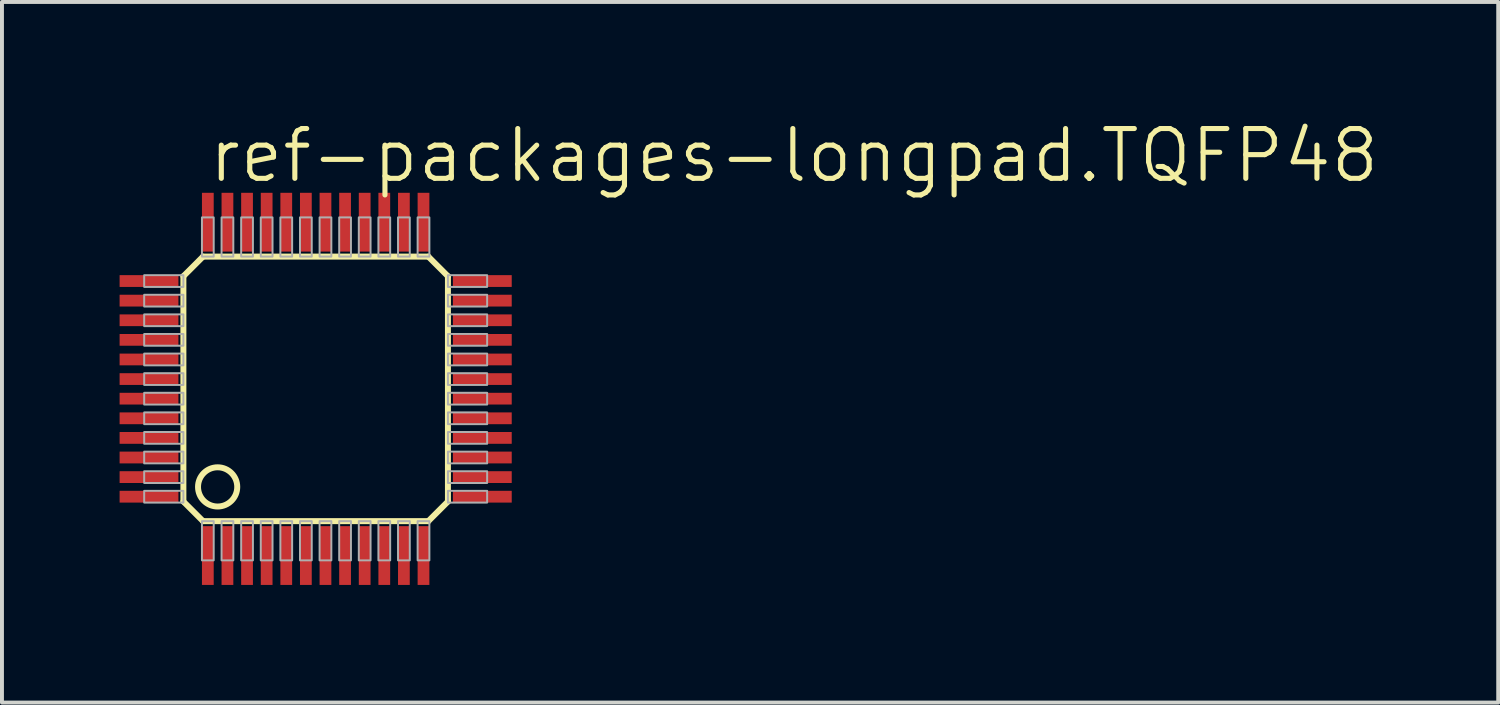
<source format=kicad_pcb>
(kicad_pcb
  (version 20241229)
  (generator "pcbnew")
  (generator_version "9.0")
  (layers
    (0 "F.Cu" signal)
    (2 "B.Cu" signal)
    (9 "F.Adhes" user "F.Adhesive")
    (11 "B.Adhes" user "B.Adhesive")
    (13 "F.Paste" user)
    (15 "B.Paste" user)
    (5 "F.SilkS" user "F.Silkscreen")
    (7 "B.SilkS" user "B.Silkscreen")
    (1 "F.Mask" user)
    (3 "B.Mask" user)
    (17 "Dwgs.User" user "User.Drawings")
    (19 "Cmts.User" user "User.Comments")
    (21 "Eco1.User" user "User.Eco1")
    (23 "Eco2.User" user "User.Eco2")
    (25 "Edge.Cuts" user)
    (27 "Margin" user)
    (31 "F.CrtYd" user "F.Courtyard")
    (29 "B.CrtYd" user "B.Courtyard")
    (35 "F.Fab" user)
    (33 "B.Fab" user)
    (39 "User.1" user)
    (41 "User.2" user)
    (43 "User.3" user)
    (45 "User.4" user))
  (footprint "ref-packages-longpad.TQFP48"
    (layer "F.Cu")
    (at 5 6.867)
    (property "Reference" "ref-packages-longpad.TQFP48" (at -2.794 -5.207 0) (layer "F.SilkS") (effects (font (size 1.27 1.27) (thickness 0.13)) (justify left bottom)))
    (attr smd)
    (fp_line (start -3.373 -2.873) (end -3.373 2.873) (stroke (width 0.152) (type default)) (layer "F.SilkS"))
    (fp_line (start -3.373 2.873) (end -2.873 3.373) (stroke (width 0.152) (type default)) (layer "F.SilkS"))
    (fp_line (start -2.873 -3.373) (end -3.373 -2.873) (stroke (width 0.152) (type default)) (layer "F.SilkS"))
    (fp_line (start -2.873 3.373) (end 2.873 3.373) (stroke (width 0.152) (type default)) (layer "F.SilkS"))
    (fp_line (start 2.873 -3.373) (end -2.873 -3.373) (stroke (width 0.152) (type default)) (layer "F.SilkS"))
    (fp_line (start 2.873 3.373) (end 3.373 2.873) (stroke (width 0.152) (type default)) (layer "F.SilkS"))
    (fp_line (start 3.373 -2.873) (end 2.873 -3.373) (stroke (width 0.152) (type default)) (layer "F.SilkS"))
    (fp_line (start 3.373 2.873) (end 3.373 -2.873) (stroke (width 0.152) (type default)) (layer "F.SilkS"))
    (fp_circle (center -2.5 2.5) (end -2 2.5) (stroke (width 0.152) (type default)) (fill no) (layer "F.SilkS"))
    (fp_rect (start -4.373 -2.6) (end -3.373 -2.9) (stroke (width 0.05) (type default)) (fill no) (layer "F.Fab"))
    (fp_rect (start -4.373 -2.1) (end -3.373 -2.4) (stroke (width 0.05) (type default)) (fill no) (layer "F.Fab"))
    (fp_rect (start -4.373 -1.6) (end -3.373 -1.9) (stroke (width 0.05) (type default)) (fill no) (layer "F.Fab"))
    (fp_rect (start -4.373 -1.1) (end -3.373 -1.4) (stroke (width 0.05) (type default)) (fill no) (layer "F.Fab"))
    (fp_rect (start -4.373 -0.6) (end -3.373 -0.9) (stroke (width 0.05) (type default)) (fill no) (layer "F.Fab"))
    (fp_rect (start -4.373 -0.1) (end -3.373 -0.4) (stroke (width 0.05) (type default)) (fill no) (layer "F.Fab"))
    (fp_rect (start -4.373 0.4) (end -3.373 0.1) (stroke (width 0.05) (type default)) (fill no) (layer "F.Fab"))
    (fp_rect (start -4.373 0.9) (end -3.373 0.6) (stroke (width 0.05) (type default)) (fill no) (layer "F.Fab"))
    (fp_rect (start -4.373 1.4) (end -3.373 1.1) (stroke (width 0.05) (type default)) (fill no) (layer "F.Fab"))
    (fp_rect (start -4.373 1.9) (end -3.373 1.6) (stroke (width 0.05) (type default)) (fill no) (layer "F.Fab"))
    (fp_rect (start -4.373 2.4) (end -3.373 2.1) (stroke (width 0.05) (type default)) (fill no) (layer "F.Fab"))
    (fp_rect (start -4.373 2.9) (end -3.373 2.6) (stroke (width 0.05) (type default)) (fill no) (layer "F.Fab"))
    (fp_rect (start -2.9 -3.373) (end -2.6 -4.373) (stroke (width 0.05) (type default)) (fill no) (layer "F.Fab"))
    (fp_rect (start -2.9 4.373) (end -2.6 3.373) (stroke (width 0.05) (type default)) (fill no) (layer "F.Fab"))
    (fp_rect (start -2.4 -3.373) (end -2.1 -4.373) (stroke (width 0.05) (type default)) (fill no) (layer "F.Fab"))
    (fp_rect (start -2.4 4.373) (end -2.1 3.373) (stroke (width 0.05) (type default)) (fill no) (layer "F.Fab"))
    (fp_rect (start -1.9 -3.373) (end -1.6 -4.373) (stroke (width 0.05) (type default)) (fill no) (layer "F.Fab"))
    (fp_rect (start -1.9 4.373) (end -1.6 3.373) (stroke (width 0.05) (type default)) (fill no) (layer "F.Fab"))
    (fp_rect (start -1.4 -3.373) (end -1.1 -4.373) (stroke (width 0.05) (type default)) (fill no) (layer "F.Fab"))
    (fp_rect (start -1.4 4.373) (end -1.1 3.373) (stroke (width 0.05) (type default)) (fill no) (layer "F.Fab"))
    (fp_rect (start -0.9 -3.373) (end -0.6 -4.373) (stroke (width 0.05) (type default)) (fill no) (layer "F.Fab"))
    (fp_rect (start -0.9 4.373) (end -0.6 3.373) (stroke (width 0.05) (type default)) (fill no) (layer "F.Fab"))
    (fp_rect (start -0.4 -3.373) (end -0.1 -4.373) (stroke (width 0.05) (type default)) (fill no) (layer "F.Fab"))
    (fp_rect (start -0.4 4.373) (end -0.1 3.373) (stroke (width 0.05) (type default)) (fill no) (layer "F.Fab"))
    (fp_rect (start 0.1 -3.373) (end 0.4 -4.373) (stroke (width 0.05) (type default)) (fill no) (layer "F.Fab"))
    (fp_rect (start 0.1 4.373) (end 0.4 3.373) (stroke (width 0.05) (type default)) (fill no) (layer "F.Fab"))
    (fp_rect (start 0.6 -3.373) (end 0.9 -4.373) (stroke (width 0.05) (type default)) (fill no) (layer "F.Fab"))
    (fp_rect (start 0.6 4.373) (end 0.9 3.373) (stroke (width 0.05) (type default)) (fill no) (layer "F.Fab"))
    (fp_rect (start 1.1 -3.373) (end 1.4 -4.373) (stroke (width 0.05) (type default)) (fill no) (layer "F.Fab"))
    (fp_rect (start 1.1 4.373) (end 1.4 3.373) (stroke (width 0.05) (type default)) (fill no) (layer "F.Fab"))
    (fp_rect (start 1.6 -3.373) (end 1.9 -4.373) (stroke (width 0.05) (type default)) (fill no) (layer "F.Fab"))
    (fp_rect (start 1.6 4.373) (end 1.9 3.373) (stroke (width 0.05) (type default)) (fill no) (layer "F.Fab"))
    (fp_rect (start 2.1 -3.373) (end 2.4 -4.373) (stroke (width 0.05) (type default)) (fill no) (layer "F.Fab"))
    (fp_rect (start 2.1 4.373) (end 2.4 3.373) (stroke (width 0.05) (type default)) (fill no) (layer "F.Fab"))
    (fp_rect (start 2.6 -3.373) (end 2.9 -4.373) (stroke (width 0.05) (type default)) (fill no) (layer "F.Fab"))
    (fp_rect (start 2.6 4.373) (end 2.9 3.373) (stroke (width 0.05) (type default)) (fill no) (layer "F.Fab"))
    (fp_rect (start 3.373 -2.6) (end 4.373 -2.9) (stroke (width 0.05) (type default)) (fill no) (layer "F.Fab"))
    (fp_rect (start 3.373 -2.1) (end 4.373 -2.4) (stroke (width 0.05) (type default)) (fill no) (layer "F.Fab"))
    (fp_rect (start 3.373 -1.6) (end 4.373 -1.9) (stroke (width 0.05) (type default)) (fill no) (layer "F.Fab"))
    (fp_rect (start 3.373 -1.1) (end 4.373 -1.4) (stroke (width 0.05) (type default)) (fill no) (layer "F.Fab"))
    (fp_rect (start 3.373 -0.6) (end 4.373 -0.9) (stroke (width 0.05) (type default)) (fill no) (layer "F.Fab"))
    (fp_rect (start 3.373 -0.1) (end 4.373 -0.4) (stroke (width 0.05) (type default)) (fill no) (layer "F.Fab"))
    (fp_rect (start 3.373 0.4) (end 4.373 0.1) (stroke (width 0.05) (type default)) (fill no) (layer "F.Fab"))
    (fp_rect (start 3.373 0.9) (end 4.373 0.6) (stroke (width 0.05) (type default)) (fill no) (layer "F.Fab"))
    (fp_rect (start 3.373 1.4) (end 4.373 1.1) (stroke (width 0.05) (type default)) (fill no) (layer "F.Fab"))
    (fp_rect (start 3.373 1.9) (end 4.373 1.6) (stroke (width 0.05) (type default)) (fill no) (layer "F.Fab"))
    (fp_rect (start 3.373 2.4) (end 4.373 2.1) (stroke (width 0.05) (type default)) (fill no) (layer "F.Fab"))
    (fp_rect (start 3.373 2.9) (end 4.373 2.6) (stroke (width 0.05) (type default)) (fill no) (layer "F.Fab"))
    (pad "1" smd roundrect (at -2.75 4.25) (size 0.3 1.5) (layers "F.Cu" "F.Mask" "F.Paste") (roundrect_rratio 0.01))
    (pad "2" smd roundrect (at -2.25 4.25) (size 0.3 1.5) (layers "F.Cu" "F.Mask" "F.Paste") (roundrect_rratio 0.01))
    (pad "3" smd roundrect (at -1.75 4.25) (size 0.3 1.5) (layers "F.Cu" "F.Mask" "F.Paste") (roundrect_rratio 0.01))
    (pad "4" smd roundrect (at -1.25 4.25) (size 0.3 1.5) (layers "F.Cu" "F.Mask" "F.Paste") (roundrect_rratio 0.01))
    (pad "5" smd roundrect (at -0.75 4.25) (size 0.3 1.5) (layers "F.Cu" "F.Mask" "F.Paste") (roundrect_rratio 0.01))
    (pad "6" smd roundrect (at -0.25 4.25) (size 0.3 1.5) (layers "F.Cu" "F.Mask" "F.Paste") (roundrect_rratio 0.01))
    (pad "7" smd roundrect (at 0.25 4.25) (size 0.3 1.5) (layers "F.Cu" "F.Mask" "F.Paste") (roundrect_rratio 0.01))
    (pad "8" smd roundrect (at 0.75 4.25) (size 0.3 1.5) (layers "F.Cu" "F.Mask" "F.Paste") (roundrect_rratio 0.01))
    (pad "9" smd roundrect (at 1.25 4.25) (size 0.3 1.5) (layers "F.Cu" "F.Mask" "F.Paste") (roundrect_rratio 0.01))
    (pad "10" smd roundrect (at 1.75 4.25) (size 0.3 1.5) (layers "F.Cu" "F.Mask" "F.Paste") (roundrect_rratio 0.01))
    (pad "11" smd roundrect (at 2.25 4.25) (size 0.3 1.5) (layers "F.Cu" "F.Mask" "F.Paste") (roundrect_rratio 0.01))
    (pad "12" smd roundrect (at 2.75 4.25) (size 0.3 1.5) (layers "F.Cu" "F.Mask" "F.Paste") (roundrect_rratio 0.01))
    (pad "13" smd roundrect (at 4.25 2.75) (size 1.5 0.3) (layers "F.Cu" "F.Mask" "F.Paste") (roundrect_rratio 0.01))
    (pad "14" smd roundrect (at 4.25 2.25) (size 1.5 0.3) (layers "F.Cu" "F.Mask" "F.Paste") (roundrect_rratio 0.01))
    (pad "15" smd roundrect (at 4.25 1.75) (size 1.5 0.3) (layers "F.Cu" "F.Mask" "F.Paste") (roundrect_rratio 0.01))
    (pad "16" smd roundrect (at 4.25 1.25) (size 1.5 0.3) (layers "F.Cu" "F.Mask" "F.Paste") (roundrect_rratio 0.01))
    (pad "17" smd roundrect (at 4.25 0.75) (size 1.5 0.3) (layers "F.Cu" "F.Mask" "F.Paste") (roundrect_rratio 0.01))
    (pad "18" smd roundrect (at 4.25 0.25) (size 1.5 0.3) (layers "F.Cu" "F.Mask" "F.Paste") (roundrect_rratio 0.01))
    (pad "19" smd roundrect (at 4.25 -0.25) (size 1.5 0.3) (layers "F.Cu" "F.Mask" "F.Paste") (roundrect_rratio 0.01))
    (pad "20" smd roundrect (at 4.25 -0.75) (size 1.5 0.3) (layers "F.Cu" "F.Mask" "F.Paste") (roundrect_rratio 0.01))
    (pad "21" smd roundrect (at 4.25 -1.25) (size 1.5 0.3) (layers "F.Cu" "F.Mask" "F.Paste") (roundrect_rratio 0.01))
    (pad "22" smd roundrect (at 4.25 -1.75) (size 1.5 0.3) (layers "F.Cu" "F.Mask" "F.Paste") (roundrect_rratio 0.01))
    (pad "23" smd roundrect (at 4.25 -2.25) (size 1.5 0.3) (layers "F.Cu" "F.Mask" "F.Paste") (roundrect_rratio 0.01))
    (pad "24" smd roundrect (at 4.25 -2.75) (size 1.5 0.3) (layers "F.Cu" "F.Mask" "F.Paste") (roundrect_rratio 0.01))
    (pad "25" smd roundrect (at 2.75 -4.25) (size 0.3 1.5) (layers "F.Cu" "F.Mask" "F.Paste") (roundrect_rratio 0.01))
    (pad "26" smd roundrect (at 2.25 -4.25) (size 0.3 1.5) (layers "F.Cu" "F.Mask" "F.Paste") (roundrect_rratio 0.01))
    (pad "27" smd roundrect (at 1.75 -4.25) (size 0.3 1.5) (layers "F.Cu" "F.Mask" "F.Paste") (roundrect_rratio 0.01))
    (pad "28" smd roundrect (at 1.25 -4.25) (size 0.3 1.5) (layers "F.Cu" "F.Mask" "F.Paste") (roundrect_rratio 0.01))
    (pad "29" smd roundrect (at 0.75 -4.25) (size 0.3 1.5) (layers "F.Cu" "F.Mask" "F.Paste") (roundrect_rratio 0.01))
    (pad "30" smd roundrect (at 0.25 -4.25) (size 0.3 1.5) (layers "F.Cu" "F.Mask" "F.Paste") (roundrect_rratio 0.01))
    (pad "31" smd roundrect (at -0.25 -4.25) (size 0.3 1.5) (layers "F.Cu" "F.Mask" "F.Paste") (roundrect_rratio 0.01))
    (pad "32" smd roundrect (at -0.75 -4.25) (size 0.3 1.5) (layers "F.Cu" "F.Mask" "F.Paste") (roundrect_rratio 0.01))
    (pad "33" smd roundrect (at -1.25 -4.25) (size 0.3 1.5) (layers "F.Cu" "F.Mask" "F.Paste") (roundrect_rratio 0.01))
    (pad "34" smd roundrect (at -1.75 -4.25) (size 0.3 1.5) (layers "F.Cu" "F.Mask" "F.Paste") (roundrect_rratio 0.01))
    (pad "35" smd roundrect (at -2.25 -4.25) (size 0.3 1.5) (layers "F.Cu" "F.Mask" "F.Paste") (roundrect_rratio 0.01))
    (pad "36" smd roundrect (at -2.75 -4.25) (size 0.3 1.5) (layers "F.Cu" "F.Mask" "F.Paste") (roundrect_rratio 0.01))
    (pad "37" smd roundrect (at -4.25 -2.75) (size 1.5 0.3) (layers "F.Cu" "F.Mask" "F.Paste") (roundrect_rratio 0.01))
    (pad "38" smd roundrect (at -4.25 -2.25) (size 1.5 0.3) (layers "F.Cu" "F.Mask" "F.Paste") (roundrect_rratio 0.01))
    (pad "39" smd roundrect (at -4.25 -1.75) (size 1.5 0.3) (layers "F.Cu" "F.Mask" "F.Paste") (roundrect_rratio 0.01))
    (pad "40" smd roundrect (at -4.25 -1.25) (size 1.5 0.3) (layers "F.Cu" "F.Mask" "F.Paste") (roundrect_rratio 0.01))
    (pad "41" smd roundrect (at -4.25 -0.75) (size 1.5 0.3) (layers "F.Cu" "F.Mask" "F.Paste") (roundrect_rratio 0.01))
    (pad "42" smd roundrect (at -4.25 -0.25) (size 1.5 0.3) (layers "F.Cu" "F.Mask" "F.Paste") (roundrect_rratio 0.01))
    (pad "43" smd roundrect (at -4.25 0.25) (size 1.5 0.3) (layers "F.Cu" "F.Mask" "F.Paste") (roundrect_rratio 0.01))
    (pad "44" smd roundrect (at -4.25 0.75) (size 1.5 0.3) (layers "F.Cu" "F.Mask" "F.Paste") (roundrect_rratio 0.01))
    (pad "45" smd roundrect (at -4.25 1.25) (size 1.5 0.3) (layers "F.Cu" "F.Mask" "F.Paste") (roundrect_rratio 0.01))
    (pad "46" smd roundrect (at -4.25 1.75) (size 1.5 0.3) (layers "F.Cu" "F.Mask" "F.Paste") (roundrect_rratio 0.01))
    (pad "47" smd roundrect (at -4.25 2.25) (size 1.5 0.3) (layers "F.Cu" "F.Mask" "F.Paste") (roundrect_rratio 0.01))
    (pad "48" smd roundrect (at -4.25 2.75) (size 1.5 0.3) (layers "F.Cu" "F.Mask" "F.Paste") (roundrect_rratio 0.01)))
  (gr_rect
    (start -3 -3)
    (end 35.157 14.867)
    (stroke (width 0.1) (type default))
    (fill no)
    (layer "Edge.Cuts")))
</source>
